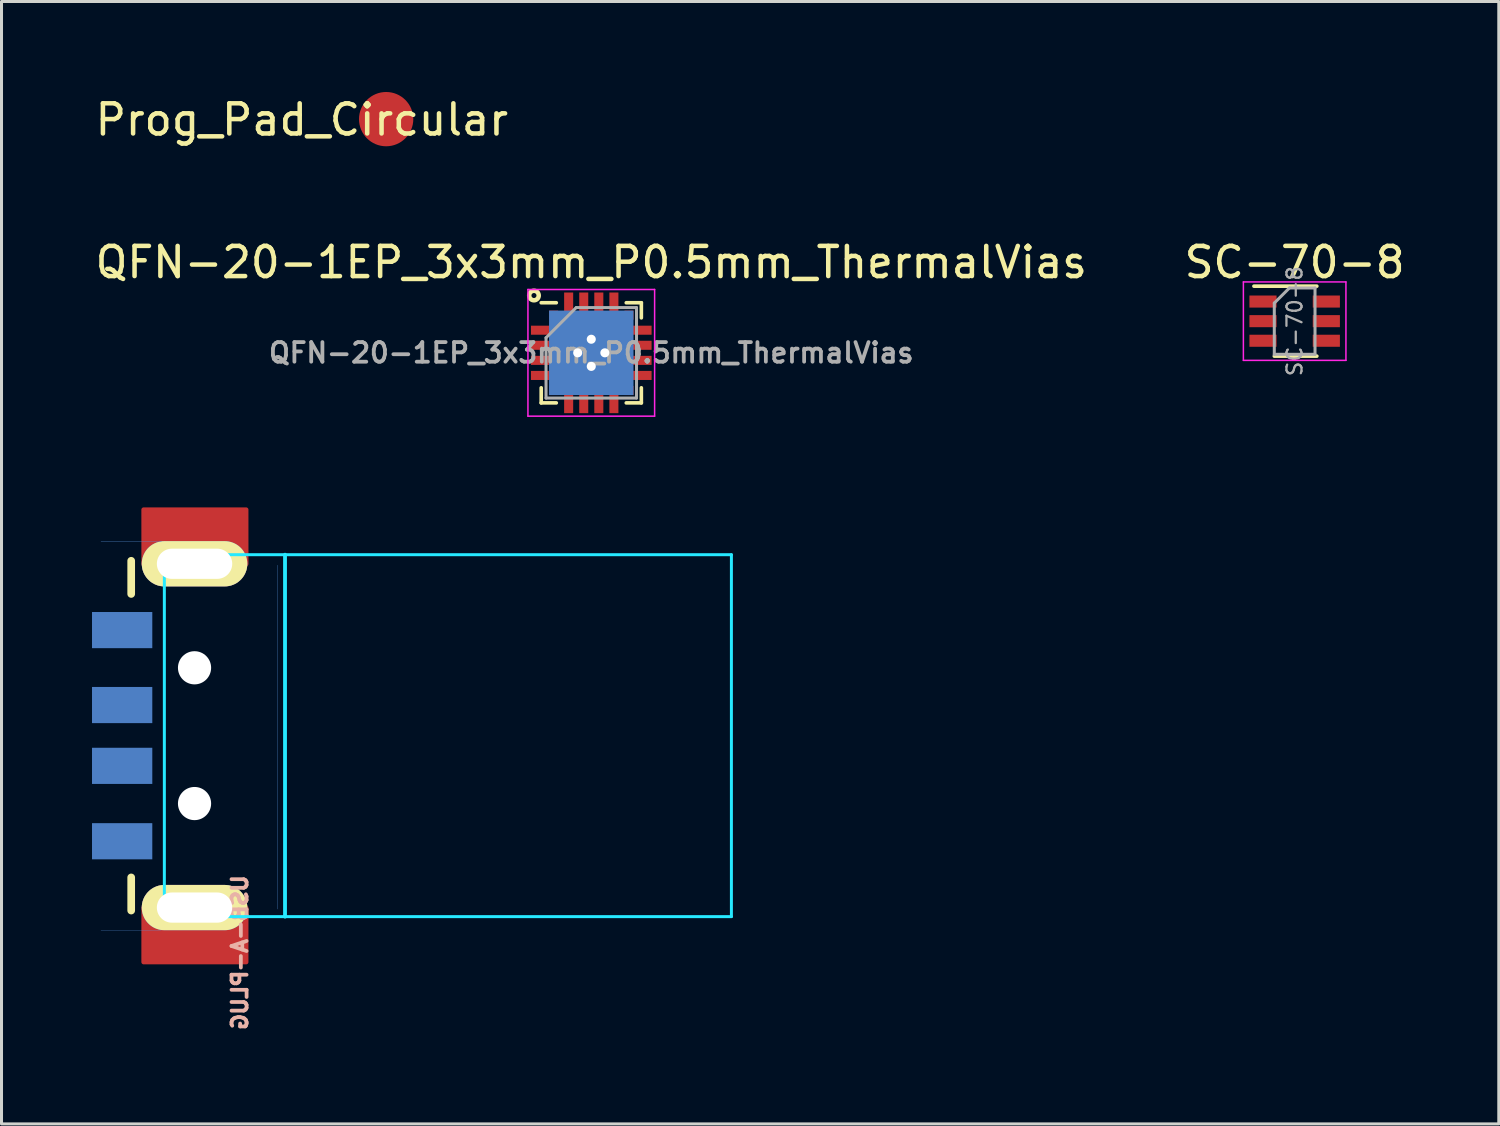
<source format=kicad_pcb>
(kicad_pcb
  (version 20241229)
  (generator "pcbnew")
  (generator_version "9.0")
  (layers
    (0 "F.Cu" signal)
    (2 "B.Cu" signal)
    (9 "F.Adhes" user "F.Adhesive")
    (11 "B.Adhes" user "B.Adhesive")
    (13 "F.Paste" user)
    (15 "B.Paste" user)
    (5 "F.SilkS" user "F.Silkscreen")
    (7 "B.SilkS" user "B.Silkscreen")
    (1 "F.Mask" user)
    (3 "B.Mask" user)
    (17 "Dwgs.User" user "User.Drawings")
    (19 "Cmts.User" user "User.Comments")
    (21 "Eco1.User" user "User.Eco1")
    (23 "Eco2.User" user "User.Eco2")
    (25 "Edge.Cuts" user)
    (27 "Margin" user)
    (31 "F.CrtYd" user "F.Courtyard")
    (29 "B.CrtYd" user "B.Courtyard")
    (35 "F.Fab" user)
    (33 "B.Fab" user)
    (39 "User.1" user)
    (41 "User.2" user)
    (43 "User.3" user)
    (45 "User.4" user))
  (footprint "QFN-20-1EP_3x3mm_P0.5mm_ThermalVias"
    (layer "F.Cu")
    (at 16.554 8.648)
    (property "Reference" "QFN-20-1EP_3x3mm_P0.5mm_ThermalVias" (at 0 -3 0) (layer "F.SilkS") (effects (font (size 1 1) (thickness 0.15))))
    (attr smd)
    (fp_line (start -1.66 -1.66) (end -1.16 -1.66) (stroke (width 0.12) (type solid)) (layer "F.SilkS"))
    (fp_line (start -1.66 1.66) (end -1.66 1.16) (stroke (width 0.12) (type solid)) (layer "F.SilkS"))
    (fp_line (start -1.16 1.66) (end -1.66 1.66) (stroke (width 0.12) (type solid)) (layer "F.SilkS"))
    (fp_line (start 1.16 -1.66) (end 1.66 -1.66) (stroke (width 0.12) (type solid)) (layer "F.SilkS"))
    (fp_line (start 1.16 1.66) (end 1.66 1.66) (stroke (width 0.12) (type solid)) (layer "F.SilkS"))
    (fp_line (start 1.66 -1.66) (end 1.66 -1.16) (stroke (width 0.12) (type solid)) (layer "F.SilkS"))
    (fp_line (start 1.66 1.66) (end 1.66 1.16) (stroke (width 0.12) (type solid)) (layer "F.SilkS"))
    (fp_circle (center -1.9 -1.9) (end -1.85 -1.75) (stroke (width 0.15) (type solid)) (fill no) (layer "F.SilkS"))
    (fp_line (start -2.1 -2.1) (end -2.1 2.1) (stroke (width 0.05) (type solid)) (layer "F.CrtYd"))
    (fp_line (start -2.1 2.1) (end 2.1 2.1) (stroke (width 0.05) (type solid)) (layer "F.CrtYd"))
    (fp_line (start 2.1 -2.1) (end -2.1 -2.1) (stroke (width 0.05) (type solid)) (layer "F.CrtYd"))
    (fp_line (start 2.1 2.1) (end 2.1 -2.1) (stroke (width 0.05) (type solid)) (layer "F.CrtYd"))
    (fp_line (start -1.5 -0.5) (end -0.5 -1.5) (stroke (width 0.1) (type solid)) (layer "F.Fab"))
    (fp_line (start -1.5 1.5) (end -1.5 -0.5) (stroke (width 0.1) (type solid)) (layer "F.Fab"))
    (fp_line (start -0.5 -1.5) (end 1.5 -1.5) (stroke (width 0.1) (type solid)) (layer "F.Fab"))
    (fp_line (start 1.5 -1.5) (end 1.5 1.5) (stroke (width 0.1) (type solid)) (layer "F.Fab"))
    (fp_line (start 1.5 1.5) (end -1.5 1.5) (stroke (width 0.1) (type solid)) (layer "F.Fab"))
    (fp_text user "${REFERENCE}" (at 0 0 0) (layer "F.Fab") (effects (font (size 0.65 0.65) (thickness 0.125))))
    (pad "" smd rect (at -0.45 -0.45) (size 0.54 0.54) (layers "F.Paste"))
    (pad "" smd rect (at -0.45 0.45) (size 0.54 0.54) (layers "F.Paste"))
    (pad "" smd rect (at 0.45 -0.45) (size 0.54 0.54) (layers "F.Paste"))
    (pad "" smd rect (at 0.45 0.45) (size 0.54 0.54) (layers "F.Paste"))
    (pad "1" smd rect (at -1.25 -1.25) (size 0.3 0.3) (layers "F.Cu" "F.Mask" "F.Paste"))
    (pad "2" smd rect (at -1.55 -0.75) (size 0.9 0.3) (layers "F.Cu" "F.Mask" "F.Paste"))
    (pad "3" smd rect (at -1.55 -0.25) (size 0.9 0.3) (layers "F.Cu" "F.Mask" "F.Paste"))
    (pad "4" smd rect (at -1.55 0.25) (size 0.9 0.3) (layers "F.Cu" "F.Mask" "F.Paste"))
    (pad "5" smd rect (at -1.55 0.75) (size 0.9 0.3) (layers "F.Cu" "F.Mask" "F.Paste"))
    (pad "6" smd rect (at -1.25 1.25) (size 0.3 0.3) (layers "F.Cu" "F.Mask" "F.Paste"))
    (pad "7" smd rect (at -0.75 1.55 90) (size 0.9 0.3) (layers "F.Cu" "F.Mask" "F.Paste"))
    (pad "8" smd rect (at -0.25 1.55 90) (size 0.9 0.3) (layers "F.Cu" "F.Mask" "F.Paste"))
    (pad "9" smd rect (at 0.25 1.55 90) (size 0.9 0.3) (layers "F.Cu" "F.Mask" "F.Paste"))
    (pad "10" smd rect (at 0.75 1.55 90) (size 0.9 0.3) (layers "F.Cu" "F.Mask" "F.Paste"))
    (pad "11" smd rect (at 1.25 1.25) (size 0.3 0.3) (layers "F.Cu" "F.Mask" "F.Paste"))
    (pad "12" smd rect (at 1.55 0.75) (size 0.9 0.3) (layers "F.Cu" "F.Mask" "F.Paste"))
    (pad "13" smd rect (at 1.55 0.25) (size 0.9 0.3) (layers "F.Cu" "F.Mask" "F.Paste"))
    (pad "14" smd rect (at 1.55 -0.25) (size 0.9 0.3) (layers "F.Cu" "F.Mask" "F.Paste"))
    (pad "15" smd rect (at 1.55 -0.75) (size 0.9 0.3) (layers "F.Cu" "F.Mask" "F.Paste"))
    (pad "16" smd rect (at 1.25 -1.25) (size 0.3 0.3) (layers "F.Cu" "F.Mask" "F.Paste"))
    (pad "17" smd rect (at 0.75 -1.55 90) (size 0.9 0.3) (layers "F.Cu" "F.Mask" "F.Paste"))
    (pad "18" smd rect (at 0.25 -1.55 90) (size 0.9 0.3) (layers "F.Cu" "F.Mask" "F.Paste"))
    (pad "19" smd rect (at -0.25 -1.55 90) (size 0.9 0.3) (layers "F.Cu" "F.Mask" "F.Paste"))
    (pad "20" smd rect (at -0.75 -1.55 90) (size 0.9 0.3) (layers "F.Cu" "F.Mask" "F.Paste"))
    (pad "21" thru_hole circle (at -0.45 0) (size 0.6 0.6) (drill 0.3) (layers "*.Cu"))
    (pad "21" thru_hole circle (at 0 -0.45) (size 0.6 0.6) (drill 0.3) (layers "*.Cu"))
    (pad "21" smd rect (at 0 0) (size 1.8 1.8) (layers "F.Cu" "F.Mask"))
    (pad "21" smd rect (at 0 0) (size 2.8 2.8) (layers "B.Cu"))
    (pad "21" thru_hole circle (at 0 0.45) (size 0.6 0.6) (drill 0.3) (layers "*.Cu"))
    (pad "21" thru_hole circle (at 0.45 0) (size 0.6 0.6) (drill 0.3) (layers "*.Cu")))
  (footprint "SC-70-8"
    (layer "F.Cu")
    (at 39.875 7.598)
    (property "Reference" "SC-70-8" (at 0 -1.95 0) (layer "F.SilkS") (effects (font (size 1 1) (thickness 0.15))))
    (attr smd)
    (fp_line (start -0.675 1.16) (end 0.735 1.16) (stroke (width 0.12) (type solid)) (layer "F.SilkS"))
    (fp_line (start 0.735 -1.16) (end -1.35 -1.16) (stroke (width 0.12) (type solid)) (layer "F.SilkS"))
    (fp_line (start -1.7 -1.3) (end 1.7 -1.3) (stroke (width 0.05) (type solid)) (layer "F.CrtYd"))
    (fp_line (start -1.7 1.3) (end -1.7 -1.3) (stroke (width 0.05) (type solid)) (layer "F.CrtYd"))
    (fp_line (start 1.7 -1.3) (end 1.7 1.3) (stroke (width 0.05) (type solid)) (layer "F.CrtYd"))
    (fp_line (start 1.7 1.3) (end -1.7 1.3) (stroke (width 0.05) (type solid)) (layer "F.CrtYd"))
    (fp_line (start -0.675 -0.6) (end -0.675 1.1) (stroke (width 0.1) (type solid)) (layer "F.Fab"))
    (fp_line (start -0.175 -1.1) (end -0.675 -0.6) (stroke (width 0.1) (type solid)) (layer "F.Fab"))
    (fp_line (start 0.675 -1.1) (end -0.175 -1.1) (stroke (width 0.1) (type solid)) (layer "F.Fab"))
    (fp_line (start 0.675 -1.1) (end 0.675 1.1) (stroke (width 0.1) (type solid)) (layer "F.Fab"))
    (fp_line (start 0.675 1.1) (end -0.675 1.1) (stroke (width 0.1) (type solid)) (layer "F.Fab"))
    (fp_text user "${REFERENCE}" (at 0 0 90) (layer "F.Fab") (effects (font (size 0.5 0.5) (thickness 0.075))))
    (pad "1" smd rect (at -1.05 -0.65 270) (size 0.4 0.9) (layers "F.Cu" "F.Mask" "F.Paste"))
    (pad "2" smd rect (at -1.05 0 270) (size 0.4 0.9) (layers "F.Cu" "F.Mask" "F.Paste"))
    (pad "3" smd rect (at -1.05 0.65 270) (size 0.4 0.9) (layers "F.Cu" "F.Mask" "F.Paste"))
    (pad "4" smd rect (at 1.05 0.65 270) (size 0.4 0.9) (layers "F.Cu" "F.Mask" "F.Paste"))
    (pad "5" smd rect (at 1.05 0 270) (size 0.4 0.9) (layers "F.Cu" "F.Mask" "F.Paste"))
    (pad "6" smd rect (at 1.05 -0.65 270) (size 0.4 0.9) (layers "F.Cu" "F.Mask" "F.Paste")))
  (footprint "Prog_Pad_Circular"
    (layer "F.Cu")
    (at 9.753 0.9)
    (property "Reference" "Prog_Pad_Circular" (at -2.795 0.02 0) (layer "F.SilkS") (effects (font (size 1 1) (thickness 0.15))))
    (attr through_hole)
    (pad "1" smd circle (at 0 0) (size 1.8 1.8) (layers "F.Cu" "F.Mask")))
  (footprint "USB-A-PLUG"
    (layer "F.Cu")
    (at 11.612 21.748)
    (property "Reference" "USB-A-PLUG" (at -6.711 6.781 90) (layer "B.SilkS") (effects (font (size 0.5 0.5) (thickness 0.125)) (justify mirror)))
    (attr through_hole)
    (fp_poly (pts (xy -9.299 -6.701) (xy -9.899 -6.101) (xy -9.9 -7.9) (xy -6.5 -7.9) (xy -6.499 -6.101) (xy -7.099 -6.701)) (stroke (width 0.15) (type solid)) (fill yes) (layer "F.Cu"))
    (fp_poly (pts (xy -7.099 5.899) (xy -6.499 5.299) (xy -6.5 7.1) (xy -9.9 7.1) (xy -9.899 5.299) (xy -9.299 5.899)) (stroke (width 0.15) (type solid)) (fill yes) (layer "F.Cu"))
    (fp_poly (pts (xy -9.299 -6.701) (xy -9.899 -6.101) (xy -9.9 -7.9) (xy -6.5 -7.9) (xy -6.499 -6.101) (xy -7.099 -6.701)) (stroke (width 0.15) (type solid)) (fill yes) (layer "F.Mask"))
    (fp_poly (pts (xy -7.099 5.899) (xy -6.499 5.299) (xy -6.5 7.1) (xy -9.9 7.1) (xy -9.899 5.299) (xy -9.299 5.899)) (stroke (width 0.15) (type solid)) (fill yes) (layer "F.Mask"))
    (fp_line (start -10.312 -5.105) (end -10.312 -6.205) (stroke (width 0.254) (type solid)) (layer "F.SilkS"))
    (fp_line (start -10.312 4.293) (end -10.312 5.392) (stroke (width 0.254) (type solid)) (layer "F.SilkS"))
    (fp_line (start -11.313 -6.855) (end -9.312 -6.855) (stroke (width 0.01) (type solid)) (layer "Cmts.User"))
    (fp_line (start -11.313 6.043) (end -9.312 6.043) (stroke (width 0.01) (type solid)) (layer "Cmts.User"))
    (fp_line (start -5.464 5.342) (end -5.464 -6.058) (stroke (width 0.01) (type solid)) (layer "Cmts.User"))
    (fp_line (start -9.213 -6.406) (end -9.213 5.593) (stroke (width 0.099) (type solid)) (layer "B.CrtYd"))
    (fp_line (start -9.213 5.593) (end 9.588 5.593) (stroke (width 0.099) (type solid)) (layer "B.CrtYd"))
    (fp_line (start -5.212 5.593) (end -5.212 -6.406) (stroke (width 0.127) (type solid)) (layer "B.CrtYd"))
    (fp_line (start 9.588 -6.406) (end -9.213 -6.406) (stroke (width 0.099) (type solid)) (layer "B.CrtYd"))
    (fp_line (start 9.588 5.593) (end 9.588 -6.406) (stroke (width 0.099) (type solid)) (layer "B.CrtYd"))
    (pad "" np_thru_hole circle (at -8.212 -2.657 180) (size 1.1 1.1) (drill 1.1) (layers "*.Cu" "*.Mask"))
    (pad "" np_thru_hole circle (at -8.212 1.844 180) (size 1.1 1.1) (drill 1.1) (layers "*.Cu" "*.Mask"))
    (pad "1" smd rect (at -10.612 3.094 180) (size 1.999 1.199) (layers "B.Cu" "B.Mask" "B.Paste"))
    (pad "2" smd rect (at -10.612 0.594 180) (size 1.999 1.199) (layers "B.Cu" "B.Mask" "B.Paste"))
    (pad "3" smd rect (at -10.612 -1.422 180) (size 1.999 1.199) (layers "B.Cu" "B.Mask" "B.Paste"))
    (pad "4" smd rect (at -10.612 -3.907 180) (size 1.999 1.199) (layers "B.Cu" "B.Mask" "B.Paste"))
    (pad "5" thru_hole oval (at -8.212 -6.106 180) (size 3.5 1.501) (drill oval 2.499 1.001) (layers "*.Cu" "*.Mask" "F.SilkS"))
    (pad "6" thru_hole oval (at -8.212 5.293 180) (size 3.5 1.501) (drill oval 2.499 1.001) (layers "*.Cu" "*.Mask" "F.SilkS")))
  (gr_rect
    (start -3 -3)
    (end 46.643 34.214)
    (stroke (width 0.1) (type default))
    (fill no)
    (layer "Edge.Cuts")))
</source>
